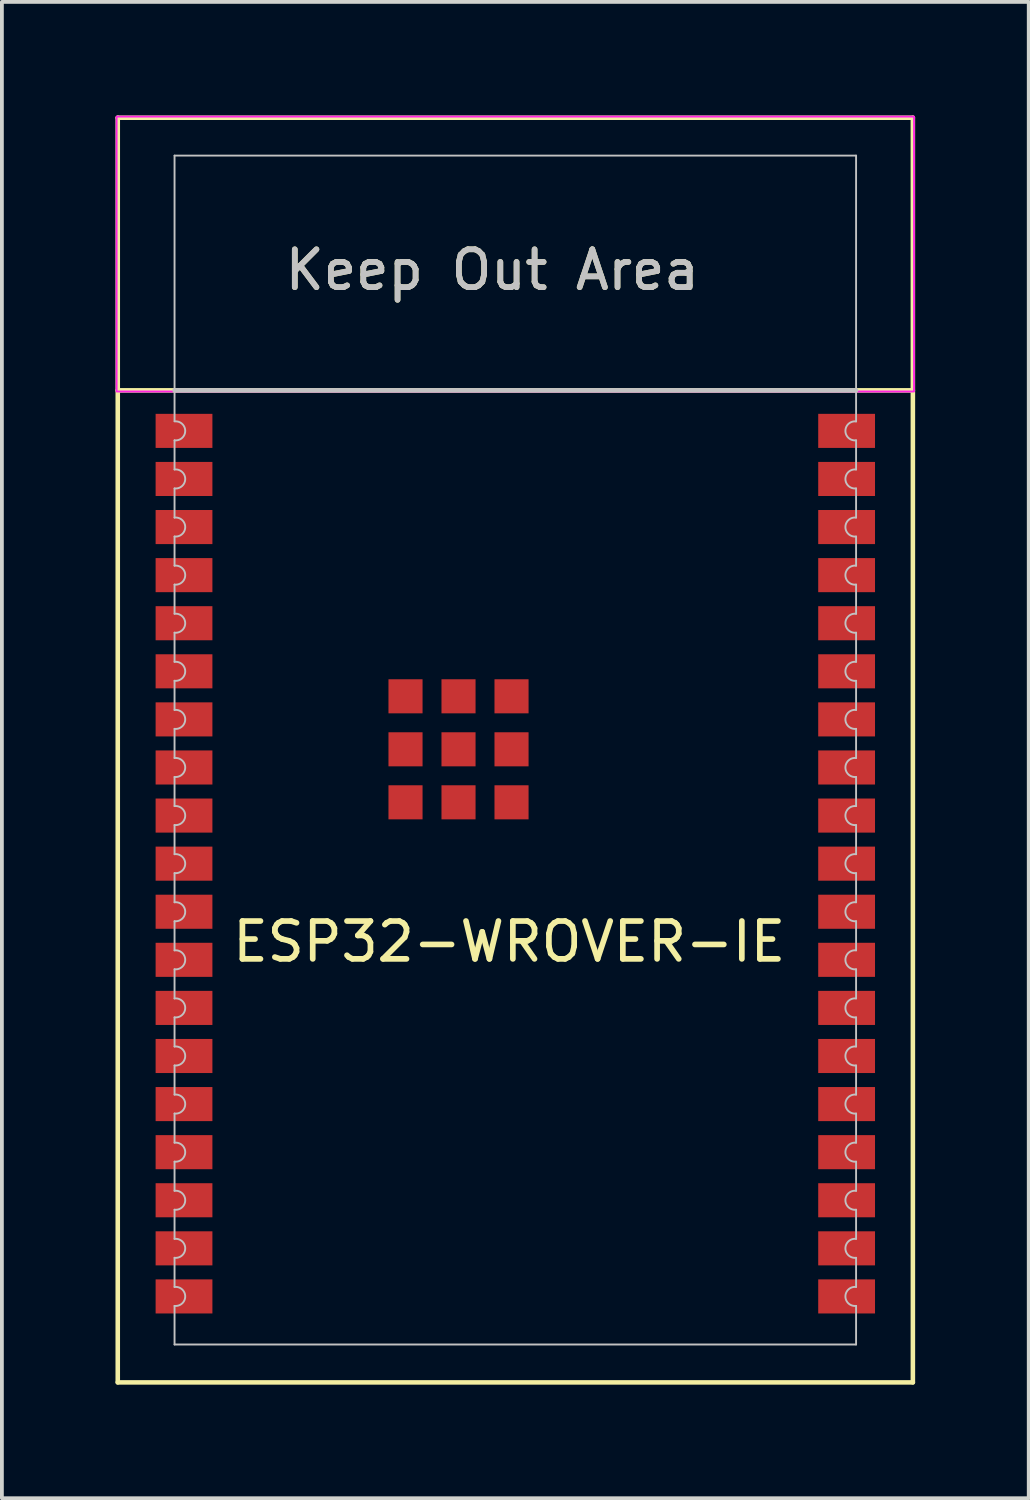
<source format=kicad_pcb>
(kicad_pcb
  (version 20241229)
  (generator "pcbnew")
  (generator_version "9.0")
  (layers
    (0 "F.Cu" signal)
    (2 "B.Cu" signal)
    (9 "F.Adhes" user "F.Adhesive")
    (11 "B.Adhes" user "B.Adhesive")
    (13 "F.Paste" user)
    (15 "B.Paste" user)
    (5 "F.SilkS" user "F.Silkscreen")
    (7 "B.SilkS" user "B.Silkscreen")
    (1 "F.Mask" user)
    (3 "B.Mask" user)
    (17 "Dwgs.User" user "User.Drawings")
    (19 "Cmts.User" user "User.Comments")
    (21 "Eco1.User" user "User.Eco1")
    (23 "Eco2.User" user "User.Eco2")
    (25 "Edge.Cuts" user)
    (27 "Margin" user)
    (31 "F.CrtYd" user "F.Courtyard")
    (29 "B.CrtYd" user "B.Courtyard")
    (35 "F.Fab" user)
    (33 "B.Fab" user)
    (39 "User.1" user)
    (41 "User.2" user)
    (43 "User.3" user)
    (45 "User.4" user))
  (footprint "ESP32-WROVER-IE"
    (layer "F.Cu")
    (at 10.57 16.76)
    (property "Reference" "ESP32-WROVER-IE" (at -0.17 5.06 0) (layer "F.SilkS") (effects (font (size 1 1) (thickness 0.15))))
    (attr smd)
    (fp_line (start -10.51 -16.7) (end -10.51 16.7) (stroke (width 0.12) (type solid)) (layer "F.SilkS"))
    (fp_line (start -10.51 16.7) (end 10.49 16.7) (stroke (width 0.12) (type solid)) (layer "F.SilkS"))
    (fp_line (start 10.49 -16.7) (end -10.51 -16.7) (stroke (width 0.12) (type solid)) (layer "F.SilkS"))
    (fp_line (start 10.49 -9.5) (end -10.51 -9.5) (stroke (width 0.12) (type solid)) (layer "F.SilkS"))
    (fp_line (start 10.49 16.7) (end 10.49 -16.7) (stroke (width 0.12) (type solid)) (layer "F.SilkS"))
    (fp_line (start -9.01 -15.7) (end -9.01 -8.69) (stroke (width 0.05) (type solid)) (layer "Dwgs.User"))
    (fp_line (start -9.01 -8.18) (end -9.01 -7.41) (stroke (width 0.05) (type solid)) (layer "Dwgs.User"))
    (fp_line (start -9.01 -6.91) (end -9.01 -6.14) (stroke (width 0.05) (type solid)) (layer "Dwgs.User"))
    (fp_line (start -9.01 -5.64) (end -9.01 -4.87) (stroke (width 0.05) (type solid)) (layer "Dwgs.User"))
    (fp_line (start -9.01 -4.37) (end -9.01 -3.6) (stroke (width 0.05) (type solid)) (layer "Dwgs.User"))
    (fp_line (start -9.01 -3.1) (end -9.01 -2.33) (stroke (width 0.05) (type solid)) (layer "Dwgs.User"))
    (fp_line (start -9.01 -1.83) (end -9.01 -1.06) (stroke (width 0.05) (type solid)) (layer "Dwgs.User"))
    (fp_line (start -9.01 -0.56) (end -9.01 0.21) (stroke (width 0.05) (type solid)) (layer "Dwgs.User"))
    (fp_line (start -9.01 0.71) (end -9.01 1.48) (stroke (width 0.05) (type solid)) (layer "Dwgs.User"))
    (fp_line (start -9.01 1.98) (end -9.01 2.75) (stroke (width 0.05) (type solid)) (layer "Dwgs.User"))
    (fp_line (start -9.01 3.25) (end -9.01 4.02) (stroke (width 0.05) (type solid)) (layer "Dwgs.User"))
    (fp_line (start -9.01 4.52) (end -9.01 5.29) (stroke (width 0.05) (type solid)) (layer "Dwgs.User"))
    (fp_line (start -9.01 5.79) (end -9.01 6.56) (stroke (width 0.05) (type solid)) (layer "Dwgs.User"))
    (fp_line (start -9.01 7.06) (end -9.01 7.83) (stroke (width 0.05) (type solid)) (layer "Dwgs.User"))
    (fp_line (start -9.01 8.33) (end -9.01 9.1) (stroke (width 0.05) (type solid)) (layer "Dwgs.User"))
    (fp_line (start -9.01 9.6) (end -9.01 10.37) (stroke (width 0.05) (type solid)) (layer "Dwgs.User"))
    (fp_line (start -9.01 10.87) (end -9.01 11.64) (stroke (width 0.05) (type solid)) (layer "Dwgs.User"))
    (fp_line (start -9.01 12.14) (end -9.01 12.91) (stroke (width 0.05) (type solid)) (layer "Dwgs.User"))
    (fp_line (start -9.01 13.41) (end -9.01 14.18) (stroke (width 0.05) (type solid)) (layer "Dwgs.User"))
    (fp_line (start -9.01 14.68) (end -9.01 15.7) (stroke (width 0.05) (type solid)) (layer "Dwgs.User"))
    (fp_line (start -9.01 15.7) (end 8.99 15.7) (stroke (width 0.05) (type solid)) (layer "Dwgs.User"))
    (fp_line (start 8.99 -15.7) (end -9.01 -15.7) (stroke (width 0.05) (type solid)) (layer "Dwgs.User"))
    (fp_line (start 8.99 -9.5) (end -9.01 -9.5) (stroke (width 0.12) (type solid)) (layer "Dwgs.User"))
    (fp_line (start 8.99 -8.68) (end 8.99 -15.7) (stroke (width 0.05) (type solid)) (layer "Dwgs.User"))
    (fp_line (start 8.99 -7.41) (end 8.99 -8.18) (stroke (width 0.05) (type solid)) (layer "Dwgs.User"))
    (fp_line (start 8.99 -6.14) (end 8.99 -6.91) (stroke (width 0.05) (type solid)) (layer "Dwgs.User"))
    (fp_line (start 8.99 -4.87) (end 8.99 -5.64) (stroke (width 0.05) (type solid)) (layer "Dwgs.User"))
    (fp_line (start 8.99 -3.6) (end 8.99 -4.37) (stroke (width 0.05) (type solid)) (layer "Dwgs.User"))
    (fp_line (start 8.99 -2.33) (end 8.99 -3.1) (stroke (width 0.05) (type solid)) (layer "Dwgs.User"))
    (fp_line (start 8.99 -1.06) (end 8.99 -1.83) (stroke (width 0.05) (type solid)) (layer "Dwgs.User"))
    (fp_line (start 8.99 0.21) (end 8.99 -0.56) (stroke (width 0.05) (type solid)) (layer "Dwgs.User"))
    (fp_line (start 8.99 1.48) (end 8.99 0.71) (stroke (width 0.05) (type solid)) (layer "Dwgs.User"))
    (fp_line (start 8.99 2.75) (end 8.99 1.98) (stroke (width 0.05) (type solid)) (layer "Dwgs.User"))
    (fp_line (start 8.99 4.02) (end 8.99 3.25) (stroke (width 0.05) (type solid)) (layer "Dwgs.User"))
    (fp_line (start 8.99 5.29) (end 8.99 4.52) (stroke (width 0.05) (type solid)) (layer "Dwgs.User"))
    (fp_line (start 8.99 6.56) (end 8.99 5.79) (stroke (width 0.05) (type solid)) (layer "Dwgs.User"))
    (fp_line (start 8.99 7.83) (end 8.99 7.06) (stroke (width 0.05) (type solid)) (layer "Dwgs.User"))
    (fp_line (start 8.99 9.1) (end 8.99 8.33) (stroke (width 0.05) (type solid)) (layer "Dwgs.User"))
    (fp_line (start 8.99 10.37) (end 8.99 9.6) (stroke (width 0.05) (type solid)) (layer "Dwgs.User"))
    (fp_line (start 8.99 11.64) (end 8.99 10.87) (stroke (width 0.05) (type solid)) (layer "Dwgs.User"))
    (fp_line (start 8.99 12.91) (end 8.99 12.14) (stroke (width 0.05) (type solid)) (layer "Dwgs.User"))
    (fp_line (start 8.99 14.18) (end 8.99 13.41) (stroke (width 0.05) (type solid)) (layer "Dwgs.User"))
    (fp_line (start 8.99 15.7) (end 8.99 14.68) (stroke (width 0.05) (type solid)) (layer "Dwgs.User"))
    (fp_arc (start -9.01 -8.68) (mid -8.728206 -8.43) (end -9.01 -8.18) (stroke (width 0.05) (type solid)) (layer "Dwgs.User"))
    (fp_arc (start -9.01 -7.41) (mid -8.728206 -7.16) (end -9.01 -6.91) (stroke (width 0.05) (type solid)) (layer "Dwgs.User"))
    (fp_arc (start -9.01 -6.14) (mid -8.728206 -5.89) (end -9.01 -5.64) (stroke (width 0.05) (type solid)) (layer "Dwgs.User"))
    (fp_arc (start -9.01 -4.87) (mid -8.728206 -4.62) (end -9.01 -4.37) (stroke (width 0.05) (type solid)) (layer "Dwgs.User"))
    (fp_arc (start -9.01 -3.6) (mid -8.728206 -3.35) (end -9.01 -3.1) (stroke (width 0.05) (type solid)) (layer "Dwgs.User"))
    (fp_arc (start -9.01 -2.33) (mid -8.728206 -2.08) (end -9.01 -1.83) (stroke (width 0.05) (type solid)) (layer "Dwgs.User"))
    (fp_arc (start -9.01 -1.06) (mid -8.728206 -0.81) (end -9.01 -0.56) (stroke (width 0.05) (type solid)) (layer "Dwgs.User"))
    (fp_arc (start -9.01 0.21) (mid -8.728206 0.46) (end -9.01 0.71) (stroke (width 0.05) (type solid)) (layer "Dwgs.User"))
    (fp_arc (start -9.01 1.48) (mid -8.728206 1.73) (end -9.01 1.98) (stroke (width 0.05) (type solid)) (layer "Dwgs.User"))
    (fp_arc (start -9.01 2.75) (mid -8.728206 3) (end -9.01 3.25) (stroke (width 0.05) (type solid)) (layer "Dwgs.User"))
    (fp_arc (start -9.01 4.02) (mid -8.728206 4.27) (end -9.01 4.52) (stroke (width 0.05) (type solid)) (layer "Dwgs.User"))
    (fp_arc (start -9.01 5.29) (mid -8.728206 5.54) (end -9.01 5.79) (stroke (width 0.05) (type solid)) (layer "Dwgs.User"))
    (fp_arc (start -9.01 6.56) (mid -8.728206 6.81) (end -9.01 7.06) (stroke (width 0.05) (type solid)) (layer "Dwgs.User"))
    (fp_arc (start -9.01 7.83) (mid -8.728206 8.08) (end -9.01 8.33) (stroke (width 0.05) (type solid)) (layer "Dwgs.User"))
    (fp_arc (start -9.01 9.1) (mid -8.728206 9.35) (end -9.01 9.6) (stroke (width 0.05) (type solid)) (layer "Dwgs.User"))
    (fp_arc (start -9.01 10.37) (mid -8.728206 10.62) (end -9.01 10.87) (stroke (width 0.05) (type solid)) (layer "Dwgs.User"))
    (fp_arc (start -9.01 11.64) (mid -8.728206 11.89) (end -9.01 12.14) (stroke (width 0.05) (type solid)) (layer "Dwgs.User"))
    (fp_arc (start -9.01 12.91) (mid -8.728206 13.16) (end -9.01 13.41) (stroke (width 0.05) (type solid)) (layer "Dwgs.User"))
    (fp_arc (start -9.01 14.18) (mid -8.728206 14.43) (end -9.01 14.68) (stroke (width 0.05) (type solid)) (layer "Dwgs.User"))
    (fp_arc (start 8.99 -8.18) (mid 8.708206 -8.43) (end 8.99 -8.68) (stroke (width 0.05) (type solid)) (layer "Dwgs.User"))
    (fp_arc (start 8.99 -6.91) (mid 8.708206 -7.16) (end 8.99 -7.41) (stroke (width 0.05) (type solid)) (layer "Dwgs.User"))
    (fp_arc (start 8.99 -5.64) (mid 8.708206 -5.89) (end 8.99 -6.14) (stroke (width 0.05) (type solid)) (layer "Dwgs.User"))
    (fp_arc (start 8.99 -4.37) (mid 8.708206 -4.62) (end 8.99 -4.87) (stroke (width 0.05) (type solid)) (layer "Dwgs.User"))
    (fp_arc (start 8.99 -3.1) (mid 8.708206 -3.35) (end 8.99 -3.6) (stroke (width 0.05) (type solid)) (layer "Dwgs.User"))
    (fp_arc (start 8.99 -1.83) (mid 8.708206 -2.08) (end 8.99 -2.33) (stroke (width 0.05) (type solid)) (layer "Dwgs.User"))
    (fp_arc (start 8.99 -0.56) (mid 8.708206 -0.81) (end 8.99 -1.06) (stroke (width 0.05) (type solid)) (layer "Dwgs.User"))
    (fp_arc (start 8.99 0.71) (mid 8.708206 0.46) (end 8.99 0.21) (stroke (width 0.05) (type solid)) (layer "Dwgs.User"))
    (fp_arc (start 8.99 1.98) (mid 8.708206 1.73) (end 8.99 1.48) (stroke (width 0.05) (type solid)) (layer "Dwgs.User"))
    (fp_arc (start 8.99 3.25) (mid 8.708206 3) (end 8.99 2.75) (stroke (width 0.05) (type solid)) (layer "Dwgs.User"))
    (fp_arc (start 8.99 4.52) (mid 8.708206 4.27) (end 8.99 4.02) (stroke (width 0.05) (type solid)) (layer "Dwgs.User"))
    (fp_arc (start 8.99 5.79) (mid 8.708206 5.54) (end 8.99 5.29) (stroke (width 0.05) (type solid)) (layer "Dwgs.User"))
    (fp_arc (start 8.99 7.06) (mid 8.708206 6.81) (end 8.99 6.56) (stroke (width 0.05) (type solid)) (layer "Dwgs.User"))
    (fp_arc (start 8.99 8.33) (mid 8.708206 8.08) (end 8.99 7.83) (stroke (width 0.05) (type solid)) (layer "Dwgs.User"))
    (fp_arc (start 8.99 9.6) (mid 8.708206 9.35) (end 8.99 9.1) (stroke (width 0.05) (type solid)) (layer "Dwgs.User"))
    (fp_arc (start 8.99 10.87) (mid 8.708206 10.62) (end 8.99 10.37) (stroke (width 0.05) (type solid)) (layer "Dwgs.User"))
    (fp_arc (start 8.99 12.14) (mid 8.708206 11.89) (end 8.99 11.64) (stroke (width 0.05) (type solid)) (layer "Dwgs.User"))
    (fp_arc (start 8.99 13.41) (mid 8.708206 13.16) (end 8.99 12.91) (stroke (width 0.05) (type solid)) (layer "Dwgs.User"))
    (fp_arc (start 8.99 14.68) (mid 8.708206 14.43) (end 8.99 14.18) (stroke (width 0.05) (type solid)) (layer "Dwgs.User"))
    (fp_rect (start -10.54 -16.73) (end 10.52 -9.47) (stroke (width 0.05) (type default)) (fill no) (layer "F.CrtYd"))
    (fp_text user "Keep Out Area" (at -0.62 -12.68 0) (layer "F.SilkS") (effects (font (size 1 1) (thickness 0.15))))
    (fp_text user "Keep Out Area" (at -0.62 -12.68 0) (layer "Dwgs.User") (effects (font (size 1 1) (thickness 0.15))))
    (pad "1" smd rect (at -8.76 -8.43) (size 1.5 0.9) (layers "F.Cu" "F.Mask" "F.Paste"))
    (pad "2" smd rect (at -8.76 -7.16) (size 1.5 0.9) (layers "F.Cu" "F.Mask" "F.Paste"))
    (pad "3" smd rect (at -8.76 -5.89) (size 1.5 0.9) (layers "F.Cu" "F.Mask" "F.Paste"))
    (pad "4" smd rect (at -8.76 -4.62) (size 1.5 0.9) (layers "F.Cu" "F.Mask" "F.Paste"))
    (pad "5" smd rect (at -8.76 -3.35) (size 1.5 0.9) (layers "F.Cu" "F.Mask" "F.Paste"))
    (pad "6" smd rect (at -8.76 -2.08) (size 1.5 0.9) (layers "F.Cu" "F.Mask" "F.Paste"))
    (pad "7" smd rect (at -8.76 -0.81) (size 1.5 0.9) (layers "F.Cu" "F.Mask" "F.Paste"))
    (pad "8" smd rect (at -8.76 0.46) (size 1.5 0.9) (layers "F.Cu" "F.Mask" "F.Paste"))
    (pad "9" smd rect (at -8.76 1.73) (size 1.5 0.9) (layers "F.Cu" "F.Mask" "F.Paste"))
    (pad "10" smd rect (at -8.76 3) (size 1.5 0.9) (layers "F.Cu" "F.Mask" "F.Paste"))
    (pad "11" smd rect (at -8.76 4.27) (size 1.5 0.9) (layers "F.Cu" "F.Mask" "F.Paste"))
    (pad "12" smd rect (at -8.76 5.54) (size 1.5 0.9) (layers "F.Cu" "F.Mask" "F.Paste"))
    (pad "13" smd rect (at -8.76 6.81) (size 1.5 0.9) (layers "F.Cu" "F.Mask" "F.Paste"))
    (pad "14" smd rect (at -8.76 8.08) (size 1.5 0.9) (layers "F.Cu" "F.Mask" "F.Paste"))
    (pad "15" smd rect (at -8.76 9.35) (size 1.5 0.9) (layers "F.Cu" "F.Mask" "F.Paste"))
    (pad "16" smd rect (at -8.76 10.62) (size 1.5 0.9) (layers "F.Cu" "F.Mask" "F.Paste"))
    (pad "17" smd rect (at -8.76 11.89) (size 1.5 0.9) (layers "F.Cu" "F.Mask" "F.Paste"))
    (pad "18" smd rect (at -8.76 13.16) (size 1.5 0.9) (layers "F.Cu" "F.Mask" "F.Paste"))
    (pad "19" smd rect (at -8.76 14.43) (size 1.5 0.9) (layers "F.Cu" "F.Mask" "F.Paste"))
    (pad "20" smd rect (at 8.74 14.43) (size 1.5 0.9) (layers "F.Cu" "F.Mask" "F.Paste"))
    (pad "21" smd rect (at 8.74 13.16) (size 1.5 0.9) (layers "F.Cu" "F.Mask" "F.Paste"))
    (pad "22" smd rect (at 8.74 11.89) (size 1.5 0.9) (layers "F.Cu" "F.Mask" "F.Paste"))
    (pad "23" smd rect (at 8.74 10.62) (size 1.5 0.9) (layers "F.Cu" "F.Mask" "F.Paste"))
    (pad "24" smd rect (at 8.74 9.35) (size 1.5 0.9) (layers "F.Cu" "F.Mask" "F.Paste"))
    (pad "25" smd rect (at 8.74 8.08) (size 1.5 0.9) (layers "F.Cu" "F.Mask" "F.Paste"))
    (pad "26" smd rect (at 8.74 6.81) (size 1.5 0.9) (layers "F.Cu" "F.Mask" "F.Paste"))
    (pad "27" smd rect (at 8.74 5.54) (size 1.5 0.9) (layers "F.Cu" "F.Mask" "F.Paste"))
    (pad "28" smd rect (at 8.74 4.27) (size 1.5 0.9) (layers "F.Cu" "F.Mask" "F.Paste"))
    (pad "29" smd rect (at 8.74 3) (size 1.5 0.9) (layers "F.Cu" "F.Mask" "F.Paste"))
    (pad "30" smd rect (at 8.74 1.73) (size 1.5 0.9) (layers "F.Cu" "F.Mask" "F.Paste"))
    (pad "31" smd rect (at 8.74 0.46) (size 1.5 0.9) (layers "F.Cu" "F.Mask" "F.Paste"))
    (pad "32" smd rect (at 8.74 -0.81) (size 1.5 0.9) (layers "F.Cu" "F.Mask" "F.Paste"))
    (pad "33" smd rect (at 8.74 -2.08) (size 1.5 0.9) (layers "F.Cu" "F.Mask" "F.Paste"))
    (pad "34" smd rect (at 8.74 -3.35) (size 1.5 0.9) (layers "F.Cu" "F.Mask" "F.Paste"))
    (pad "35" smd rect (at 8.74 -4.62) (size 1.5 0.9) (layers "F.Cu" "F.Mask" "F.Paste"))
    (pad "36" smd rect (at 8.74 -5.89) (size 1.5 0.9) (layers "F.Cu" "F.Mask" "F.Paste"))
    (pad "37" smd rect (at 8.74 -7.16) (size 1.5 0.9) (layers "F.Cu" "F.Mask" "F.Paste"))
    (pad "38" smd rect (at 8.74 -8.43) (size 1.5 0.9) (layers "F.Cu" "F.Mask" "F.Paste"))
    (pad "39" smd rect (at -2.91 -1.42) (size 0.9 0.9) (layers "F.Cu" "F.Mask" "F.Paste"))
    (pad "39" smd rect (at -2.91 -0.02) (size 0.9 0.9) (layers "F.Cu" "F.Mask" "F.Paste"))
    (pad "39" smd rect (at -2.91 1.38) (size 0.9 0.9) (layers "F.Cu" "F.Mask" "F.Paste"))
    (pad "39" smd rect (at -1.51 -1.42) (size 0.9 0.9) (layers "F.Cu" "F.Mask" "F.Paste"))
    (pad "39" smd rect (at -1.51 -0.02) (size 0.9 0.9) (layers "F.Cu" "F.Mask" "F.Paste"))
    (pad "39" smd rect (at -1.51 1.38) (size 0.9 0.9) (layers "F.Cu" "F.Mask" "F.Paste"))
    (pad "39" smd rect (at -0.11 -1.42) (size 0.9 0.9) (layers "F.Cu" "F.Mask" "F.Paste"))
    (pad "39" smd rect (at -0.11 -0.02) (size 0.9 0.9) (layers "F.Cu" "F.Mask" "F.Paste"))
    (pad "39" smd rect (at -0.11 1.38) (size 0.9 0.9) (layers "F.Cu" "F.Mask" "F.Paste"))
    (zone (net_name "") (layers "F.Cu" "B.Cu") (hatch full 0.5) (connect_pads) (min_thickness 0.25) (filled_areas_thickness no) (keepout (tracks not_allowed) (vias not_allowed) (pads not_allowed) (copperpour not_allowed) (footprints not_allowed)) (placement (enabled no)) (fill) (polygon (pts (xy 0.06 0.06) (xy 21.06 0.06) (xy 21.06 7.25) (xy 0.06 7.26)))))
  (gr_rect
    (start -3 -3)
    (end 24.12 36.52)
    (stroke (width 0.1) (type default))
    (fill no)
    (layer "Edge.Cuts")))
</source>
